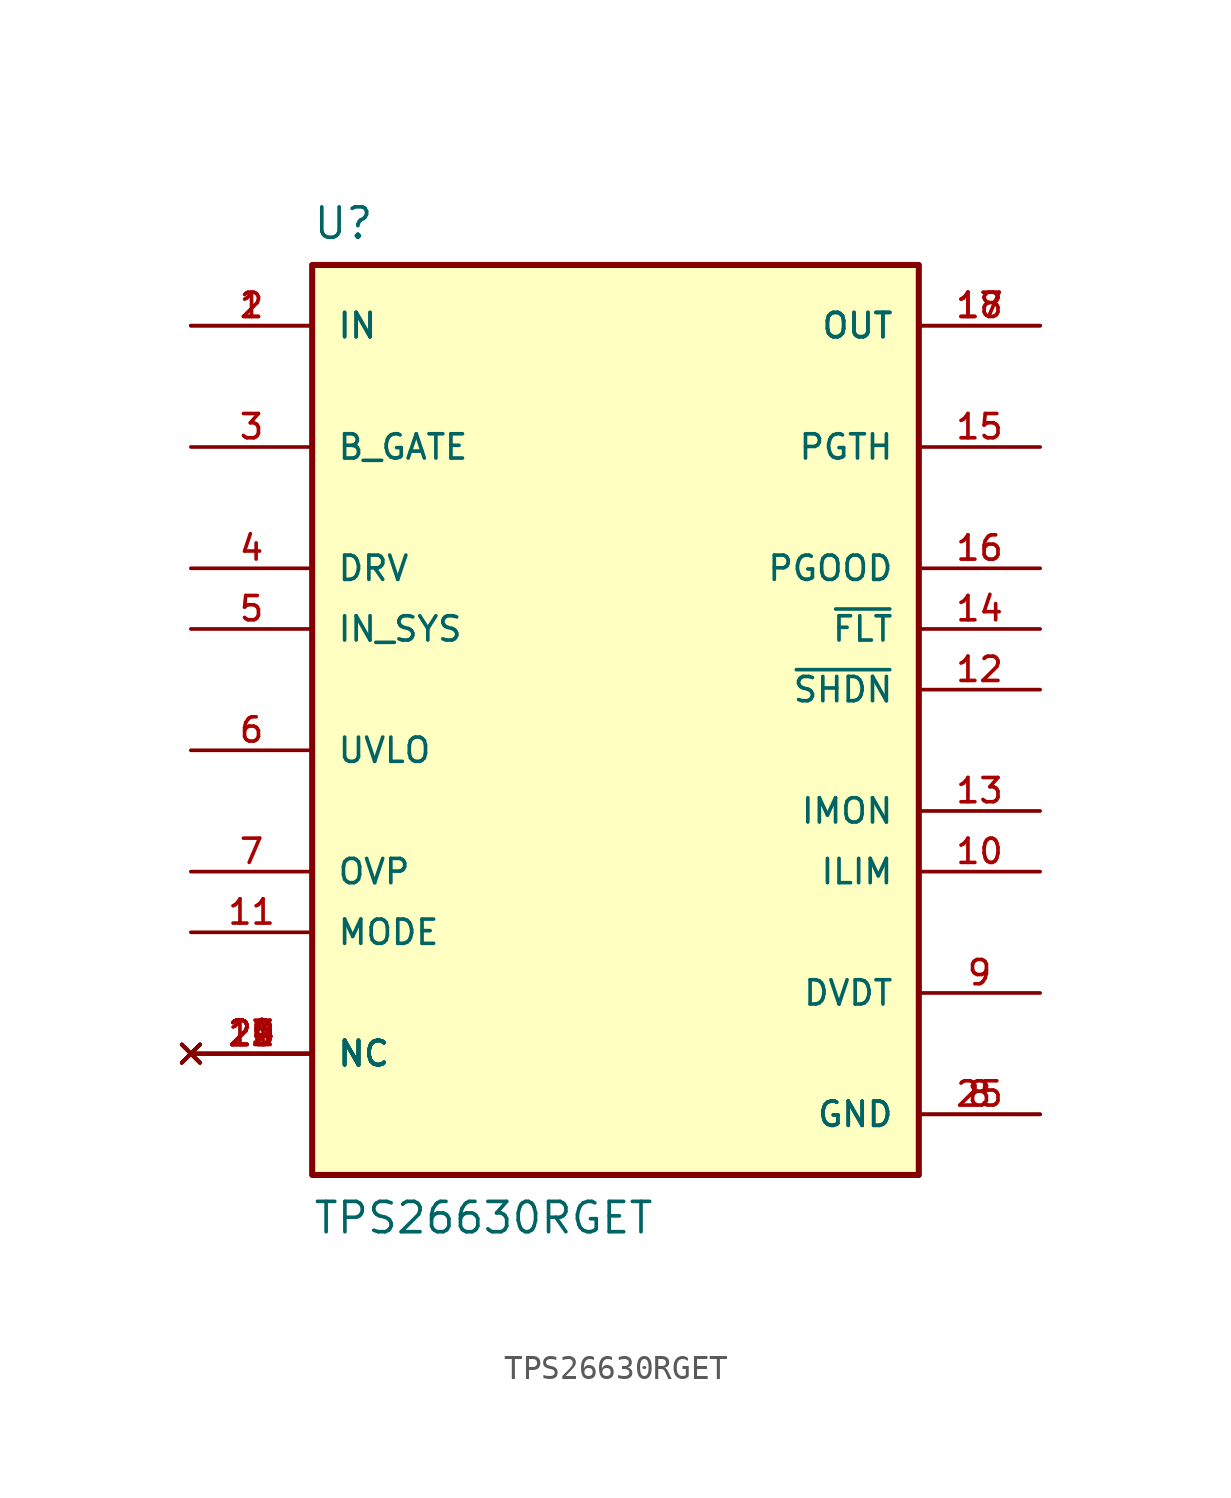
<source format=kicad_sym>
(kicad_symbol_lib
  (version 20211014)
  (generator kicad_symbol_editor)
  (symbol "TPS26630RGET"
    (pin_names
      (offset 1.016))
    (property "Reference" "U"
      (at -12.7 21.32 0.0)
      (effects (font (size 1.27 1.27)) (justify bottom left)))
    (property "Value" "TPS26630RGET"
      (at -12.7 -20.32 0.0)
      (effects (font (size 1.27 1.27)) (justify bottom left)))
    (symbol "TPS26630RGET_0_0"
      (rectangle (start -12.7 -17.78) (end 12.7 20.32) (stroke (width 0.254)) (fill (type background)))
      (pin bidirectional line (at 17.78 -10.16 180.0) (length 5.08) (name "DVDT" (effects (font (size 1.016 1.016)))) (number "9" (effects (font (size 1.016 1.016)))))
      (pin bidirectional line (at 17.78 -5.08 180.0) (length 5.08) (name "ILIM" (effects (font (size 1.016 1.016)))) (number "10" (effects (font (size 1.016 1.016)))))
      (pin input line (at -17.78 5.08 0) (length 5.08) (name "IN_SYS" (effects (font (size 1.016 1.016)))) (number "5" (effects (font (size 1.016 1.016)))))
      (pin input line (at -17.78 -7.62 0) (length 5.08) (name "MODE" (effects (font (size 1.016 1.016)))) (number "11" (effects (font (size 1.016 1.016)))))
      (pin input line (at -17.78 -5.08 0) (length 5.08) (name "OVP" (effects (font (size 1.016 1.016)))) (number "7" (effects (font (size 1.016 1.016)))))
      (pin input line (at 17.78 12.7 180.0) (length 5.08) (name "PGTH" (effects (font (size 1.016 1.016)))) (number "15" (effects (font (size 1.016 1.016)))))
      (pin input line (at 17.78 2.54 180.0) (length 5.08) (name "~{SHDN}" (effects (font (size 1.016 1.016)))) (number "12" (effects (font (size 1.016 1.016)))))
      (pin input line (at -17.78 0.0 0) (length 5.08) (name "UVLO" (effects (font (size 1.016 1.016)))) (number "6" (effects (font (size 1.016 1.016)))))
      (pin input line (at -17.78 17.78 0) (length 5.08) (name "IN" (effects (font (size 1.016 1.016)))) (number "1" (effects (font (size 1.016 1.016)))))
      (pin input line (at -17.78 17.78 0) (length 5.08) (name "IN" (effects (font (size 1.016 1.016)))) (number "2" (effects (font (size 1.016 1.016)))))
      (pin output line (at -17.78 12.7 0) (length 5.08) (name "B_GATE" (effects (font (size 1.016 1.016)))) (number "3" (effects (font (size 1.016 1.016)))))
      (pin no_connect line (at -17.78 -12.7 0) (length 5.08) (name "NC" (effects (font (size 1.016 1.016)))) (number "19" (effects (font (size 1.016 1.016)))))
      (pin no_connect line (at -17.78 -12.7 0) (length 5.08) (name "NC" (effects (font (size 1.016 1.016)))) (number "20" (effects (font (size 1.016 1.016)))))
      (pin no_connect line (at -17.78 -12.7 0) (length 5.08) (name "NC" (effects (font (size 1.016 1.016)))) (number "21" (effects (font (size 1.016 1.016)))))
      (pin no_connect line (at -17.78 -12.7 0) (length 5.08) (name "NC" (effects (font (size 1.016 1.016)))) (number "22" (effects (font (size 1.016 1.016)))))
      (pin no_connect line (at -17.78 -12.7 0) (length 5.08) (name "NC" (effects (font (size 1.016 1.016)))) (number "23" (effects (font (size 1.016 1.016)))))
      (pin no_connect line (at -17.78 -12.7 0) (length 5.08) (name "NC" (effects (font (size 1.016 1.016)))) (number "24" (effects (font (size 1.016 1.016)))))
      (pin output line (at -17.78 7.62 0) (length 5.08) (name "DRV" (effects (font (size 1.016 1.016)))) (number "4" (effects (font (size 1.016 1.016)))))
      (pin output line (at 17.78 5.08 180.0) (length 5.08) (name "~{FLT}" (effects (font (size 1.016 1.016)))) (number "14" (effects (font (size 1.016 1.016)))))
      (pin output line (at 17.78 -2.54 180.0) (length 5.08) (name "IMON" (effects (font (size 1.016 1.016)))) (number "13" (effects (font (size 1.016 1.016)))))
      (pin output line (at 17.78 7.62 180.0) (length 5.08) (name "PGOOD" (effects (font (size 1.016 1.016)))) (number "16" (effects (font (size 1.016 1.016)))))
      (pin output line (at 17.78 17.78 180.0) (length 5.08) (name "OUT" (effects (font (size 1.016 1.016)))) (number "17" (effects (font (size 1.016 1.016)))))
      (pin output line (at 17.78 17.78 180.0) (length 5.08) (name "OUT" (effects (font (size 1.016 1.016)))) (number "18" (effects (font (size 1.016 1.016)))))
      (pin power_in line (at 17.78 -15.24 180.0) (length 5.08) (name "GND" (effects (font (size 1.016 1.016)))) (number "8" (effects (font (size 1.016 1.016)))))
      (pin power_in line (at 17.78 -15.24 180.0) (length 5.08) (name "GND" (effects (font (size 1.016 1.016)))) (number "25" (effects (font (size 1.016 1.016))))))))
</source>
